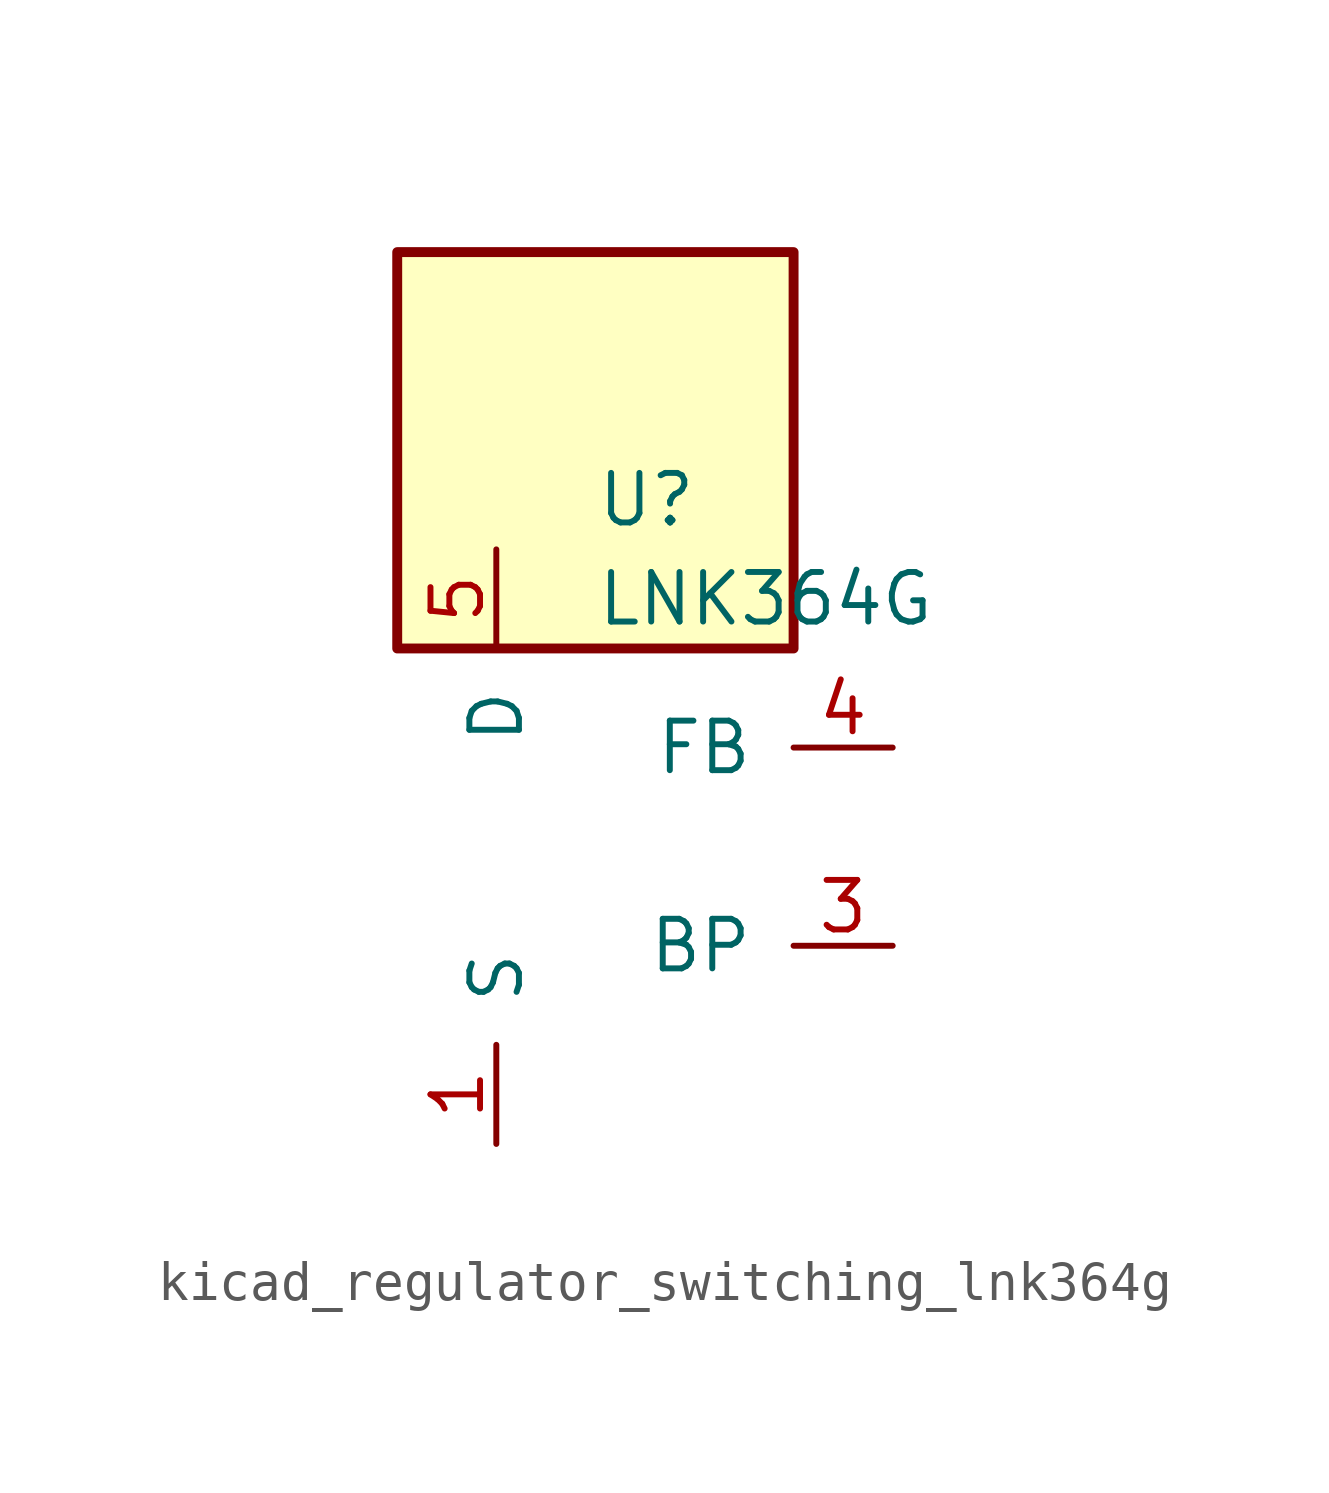
<source format=kicad_sym>
(kicad_symbol_lib
  (version 20220914)
  (generator kicad_symbol_editor)
  (symbol "kicad_regulator_switching_lnk364g"
    (pin_names
      (offset 1.016))
    (property "Reference" "U"
      (at 0 8.89 0)
      (effects (font (size 1.27 1.27)) (justify left)))
    (property "Value" "LNK364G"
      (at 0 6.35 0)
      (effects (font (size 1.27 1.27)) (justify left)))
    (symbol "kicad_regulator_switching_lnk364g_0_1"
      (rectangle (start 5.08 15.24) (end -5.08 5.08) (stroke (width 0.254) (type default)) (fill (type background))))
    (symbol "kicad_regulator_switching_lnk364g_1_1"
      (pin power_in line (at -2.54 -7.62 90) (length 2.54) (name "S" (effects (font (size 1.27 1.27)))) (number "1" (effects (font (size 1.27 1.27)))))
      (pin passive line (at -2.54 -7.62 90) (length 2.54) hide (name "S" (effects (font (size 1.27 1.27)))) (number "2" (effects (font (size 1.27 1.27)))))
      (pin input line (at 7.62 -2.54 180) (length 2.54) (name "BP" (effects (font (size 1.27 1.27)))) (number "3" (effects (font (size 1.27 1.27)))))
      (pin input line (at 7.62 2.54 180) (length 2.54) (name "FB" (effects (font (size 1.27 1.27)))) (number "4" (effects (font (size 1.27 1.27)))))
      (pin open_collector line (at -2.54 7.62 270) (length 2.54) (name "D" (effects (font (size 1.27 1.27)))) (number "5" (effects (font (size 1.27 1.27)))))
      (pin passive line (at -2.54 -7.62 90) (length 2.54) hide (name "S" (effects (font (size 1.27 1.27)))) (number "7" (effects (font (size 1.27 1.27)))))
      (pin passive line (at -2.54 -7.62 90) (length 2.54) hide (name "S" (effects (font (size 1.27 1.27)))) (number "8" (effects (font (size 1.27 1.27))))))))
</source>
